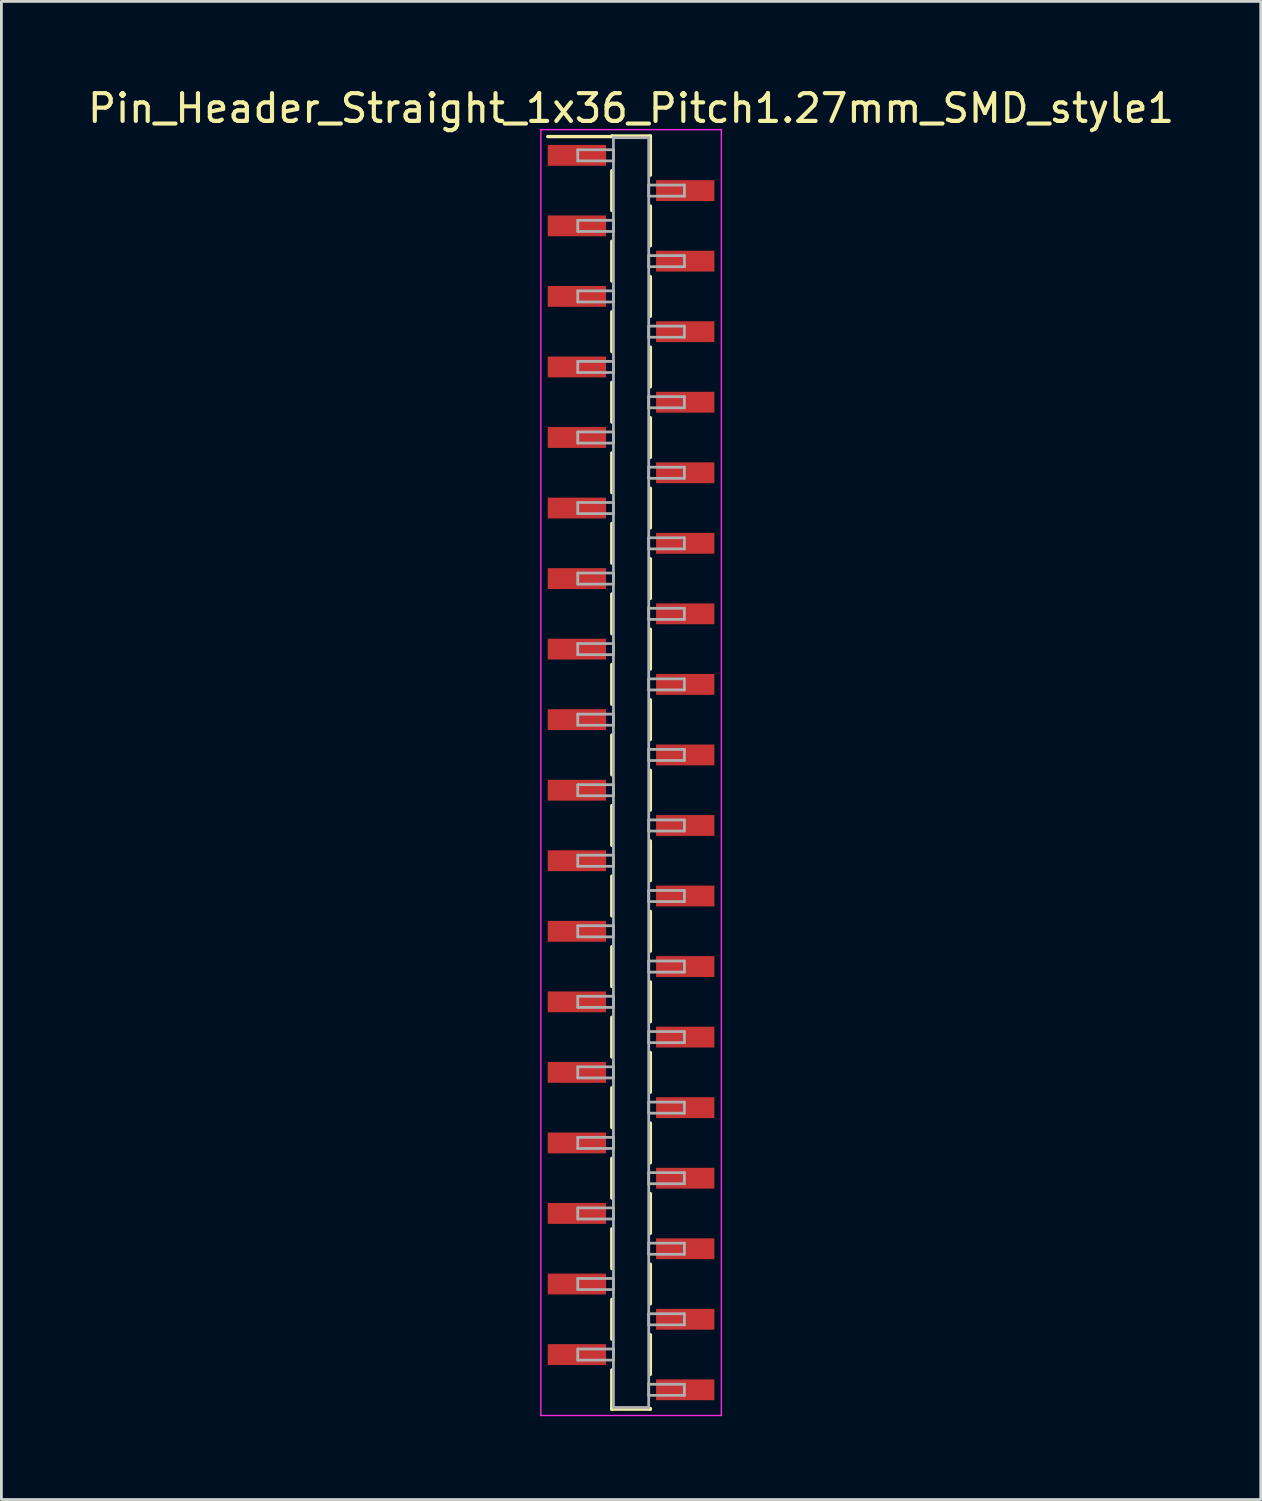
<source format=kicad_pcb>
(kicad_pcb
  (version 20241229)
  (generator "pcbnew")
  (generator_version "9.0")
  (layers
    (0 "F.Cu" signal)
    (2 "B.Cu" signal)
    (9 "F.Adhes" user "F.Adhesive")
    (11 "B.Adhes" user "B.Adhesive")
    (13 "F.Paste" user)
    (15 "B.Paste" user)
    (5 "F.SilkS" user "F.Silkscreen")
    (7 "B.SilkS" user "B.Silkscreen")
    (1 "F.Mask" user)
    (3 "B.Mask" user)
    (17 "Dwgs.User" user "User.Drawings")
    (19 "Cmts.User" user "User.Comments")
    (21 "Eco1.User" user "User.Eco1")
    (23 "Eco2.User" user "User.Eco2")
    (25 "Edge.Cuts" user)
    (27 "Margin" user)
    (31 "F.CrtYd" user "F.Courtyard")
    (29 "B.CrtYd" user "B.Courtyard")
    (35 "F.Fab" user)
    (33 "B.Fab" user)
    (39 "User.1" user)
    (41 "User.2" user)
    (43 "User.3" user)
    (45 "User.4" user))
  (footprint "Pin_Header_Straight_1x36_Pitch1.27mm_SMD_style1"
    (layer "F.Cu")
    (at 19.673 24.768)
    (property "Reference" "Pin_Header_Straight_1x36_Pitch1.27mm_SMD_style1" (at 0 -23.92 0) (layer "F.SilkS") (effects (font (size 1 1) (thickness 0.15))))
    (attr smd)
    (fp_line (start -0.695 -22.92) (end 0.695 -22.92) (stroke (width 0.12) (type solid)) (layer "F.SilkS"))
    (fp_line (start -0.695 -22.9) (end -3 -22.9) (stroke (width 0.12) (type solid)) (layer "F.SilkS"))
    (fp_line (start -0.695 -22.9) (end -0.695 -22.92) (stroke (width 0.12) (type solid)) (layer "F.SilkS"))
    (fp_line (start -0.695 -21.67) (end -0.695 -20.24) (stroke (width 0.12) (type solid)) (layer "F.SilkS"))
    (fp_line (start -0.695 -19.13) (end -0.695 -17.7) (stroke (width 0.12) (type solid)) (layer "F.SilkS"))
    (fp_line (start -0.695 -16.59) (end -0.695 -15.16) (stroke (width 0.12) (type solid)) (layer "F.SilkS"))
    (fp_line (start -0.695 -14.05) (end -0.695 -12.62) (stroke (width 0.12) (type solid)) (layer "F.SilkS"))
    (fp_line (start -0.695 -11.51) (end -0.695 -10.08) (stroke (width 0.12) (type solid)) (layer "F.SilkS"))
    (fp_line (start -0.695 -8.97) (end -0.695 -7.54) (stroke (width 0.12) (type solid)) (layer "F.SilkS"))
    (fp_line (start -0.695 -6.43) (end -0.695 -5) (stroke (width 0.12) (type solid)) (layer "F.SilkS"))
    (fp_line (start -0.695 -3.89) (end -0.695 -2.46) (stroke (width 0.12) (type solid)) (layer "F.SilkS"))
    (fp_line (start -0.695 -1.35) (end -0.695 0.08) (stroke (width 0.12) (type solid)) (layer "F.SilkS"))
    (fp_line (start -0.695 1.19) (end -0.695 2.62) (stroke (width 0.12) (type solid)) (layer "F.SilkS"))
    (fp_line (start -0.695 3.73) (end -0.695 5.16) (stroke (width 0.12) (type solid)) (layer "F.SilkS"))
    (fp_line (start -0.695 6.27) (end -0.695 7.7) (stroke (width 0.12) (type solid)) (layer "F.SilkS"))
    (fp_line (start -0.695 8.81) (end -0.695 10.24) (stroke (width 0.12) (type solid)) (layer "F.SilkS"))
    (fp_line (start -0.695 11.35) (end -0.695 12.78) (stroke (width 0.12) (type solid)) (layer "F.SilkS"))
    (fp_line (start -0.695 13.89) (end -0.695 15.32) (stroke (width 0.12) (type solid)) (layer "F.SilkS"))
    (fp_line (start -0.695 16.43) (end -0.695 17.86) (stroke (width 0.12) (type solid)) (layer "F.SilkS"))
    (fp_line (start -0.695 18.97) (end -0.695 20.4) (stroke (width 0.12) (type solid)) (layer "F.SilkS"))
    (fp_line (start -0.695 21.51) (end -0.695 22.92) (stroke (width 0.12) (type solid)) (layer "F.SilkS"))
    (fp_line (start -0.695 22.9) (end -0.695 22.92) (stroke (width 0.12) (type solid)) (layer "F.SilkS"))
    (fp_line (start -0.695 22.92) (end 0.695 22.92) (stroke (width 0.12) (type solid)) (layer "F.SilkS"))
    (fp_line (start 0.695 -22.92) (end 0.695 -22.9) (stroke (width 0.12) (type solid)) (layer "F.SilkS"))
    (fp_line (start 0.695 -22.92) (end 0.695 -21.51) (stroke (width 0.12) (type solid)) (layer "F.SilkS"))
    (fp_line (start 0.695 -20.4) (end 0.695 -18.97) (stroke (width 0.12) (type solid)) (layer "F.SilkS"))
    (fp_line (start 0.695 -17.86) (end 0.695 -16.43) (stroke (width 0.12) (type solid)) (layer "F.SilkS"))
    (fp_line (start 0.695 -15.32) (end 0.695 -13.89) (stroke (width 0.12) (type solid)) (layer "F.SilkS"))
    (fp_line (start 0.695 -12.78) (end 0.695 -11.35) (stroke (width 0.12) (type solid)) (layer "F.SilkS"))
    (fp_line (start 0.695 -10.24) (end 0.695 -8.81) (stroke (width 0.12) (type solid)) (layer "F.SilkS"))
    (fp_line (start 0.695 -7.7) (end 0.695 -6.27) (stroke (width 0.12) (type solid)) (layer "F.SilkS"))
    (fp_line (start 0.695 -5.16) (end 0.695 -3.73) (stroke (width 0.12) (type solid)) (layer "F.SilkS"))
    (fp_line (start 0.695 -2.62) (end 0.695 -1.19) (stroke (width 0.12) (type solid)) (layer "F.SilkS"))
    (fp_line (start 0.695 -0.08) (end 0.695 1.35) (stroke (width 0.12) (type solid)) (layer "F.SilkS"))
    (fp_line (start 0.695 2.46) (end 0.695 3.89) (stroke (width 0.12) (type solid)) (layer "F.SilkS"))
    (fp_line (start 0.695 5) (end 0.695 6.43) (stroke (width 0.12) (type solid)) (layer "F.SilkS"))
    (fp_line (start 0.695 7.54) (end 0.695 8.97) (stroke (width 0.12) (type solid)) (layer "F.SilkS"))
    (fp_line (start 0.695 10.08) (end 0.695 11.51) (stroke (width 0.12) (type solid)) (layer "F.SilkS"))
    (fp_line (start 0.695 12.62) (end 0.695 14.05) (stroke (width 0.12) (type solid)) (layer "F.SilkS"))
    (fp_line (start 0.695 15.16) (end 0.695 16.59) (stroke (width 0.12) (type solid)) (layer "F.SilkS"))
    (fp_line (start 0.695 17.7) (end 0.695 19.13) (stroke (width 0.12) (type solid)) (layer "F.SilkS"))
    (fp_line (start 0.695 20.24) (end 0.695 21.67) (stroke (width 0.12) (type solid)) (layer "F.SilkS"))
    (fp_line (start 0.695 22.92) (end 0.695 22.9) (stroke (width 0.12) (type solid)) (layer "F.SilkS"))
    (fp_line (start -3.25 -23.15) (end -3.25 23.15) (stroke (width 0.05) (type solid)) (layer "F.CrtYd"))
    (fp_line (start -3.25 23.15) (end 3.25 23.15) (stroke (width 0.05) (type solid)) (layer "F.CrtYd"))
    (fp_line (start 3.25 -23.15) (end -3.25 -23.15) (stroke (width 0.05) (type solid)) (layer "F.CrtYd"))
    (fp_line (start 3.25 23.15) (end 3.25 -23.15) (stroke (width 0.05) (type solid)) (layer "F.CrtYd"))
    (fp_line (start -1.92 -22.425) (end -0.635 -22.425) (stroke (width 0.1) (type solid)) (layer "F.Fab"))
    (fp_line (start -1.92 -22.025) (end -1.92 -22.425) (stroke (width 0.1) (type solid)) (layer "F.Fab"))
    (fp_line (start -1.92 -19.885) (end -0.635 -19.885) (stroke (width 0.1) (type solid)) (layer "F.Fab"))
    (fp_line (start -1.92 -19.485) (end -1.92 -19.885) (stroke (width 0.1) (type solid)) (layer "F.Fab"))
    (fp_line (start -1.92 -17.345) (end -0.635 -17.345) (stroke (width 0.1) (type solid)) (layer "F.Fab"))
    (fp_line (start -1.92 -16.945) (end -1.92 -17.345) (stroke (width 0.1) (type solid)) (layer "F.Fab"))
    (fp_line (start -1.92 -14.805) (end -0.635 -14.805) (stroke (width 0.1) (type solid)) (layer "F.Fab"))
    (fp_line (start -1.92 -14.405) (end -1.92 -14.805) (stroke (width 0.1) (type solid)) (layer "F.Fab"))
    (fp_line (start -1.92 -12.265) (end -0.635 -12.265) (stroke (width 0.1) (type solid)) (layer "F.Fab"))
    (fp_line (start -1.92 -11.865) (end -1.92 -12.265) (stroke (width 0.1) (type solid)) (layer "F.Fab"))
    (fp_line (start -1.92 -9.725) (end -0.635 -9.725) (stroke (width 0.1) (type solid)) (layer "F.Fab"))
    (fp_line (start -1.92 -9.325) (end -1.92 -9.725) (stroke (width 0.1) (type solid)) (layer "F.Fab"))
    (fp_line (start -1.92 -7.185) (end -0.635 -7.185) (stroke (width 0.1) (type solid)) (layer "F.Fab"))
    (fp_line (start -1.92 -6.785) (end -1.92 -7.185) (stroke (width 0.1) (type solid)) (layer "F.Fab"))
    (fp_line (start -1.92 -4.645) (end -0.635 -4.645) (stroke (width 0.1) (type solid)) (layer "F.Fab"))
    (fp_line (start -1.92 -4.245) (end -1.92 -4.645) (stroke (width 0.1) (type solid)) (layer "F.Fab"))
    (fp_line (start -1.92 -2.105) (end -0.635 -2.105) (stroke (width 0.1) (type solid)) (layer "F.Fab"))
    (fp_line (start -1.92 -1.705) (end -1.92 -2.105) (stroke (width 0.1) (type solid)) (layer "F.Fab"))
    (fp_line (start -1.92 0.435) (end -0.635 0.435) (stroke (width 0.1) (type solid)) (layer "F.Fab"))
    (fp_line (start -1.92 0.835) (end -1.92 0.435) (stroke (width 0.1) (type solid)) (layer "F.Fab"))
    (fp_line (start -1.92 2.975) (end -0.635 2.975) (stroke (width 0.1) (type solid)) (layer "F.Fab"))
    (fp_line (start -1.92 3.375) (end -1.92 2.975) (stroke (width 0.1) (type solid)) (layer "F.Fab"))
    (fp_line (start -1.92 5.515) (end -0.635 5.515) (stroke (width 0.1) (type solid)) (layer "F.Fab"))
    (fp_line (start -1.92 5.915) (end -1.92 5.515) (stroke (width 0.1) (type solid)) (layer "F.Fab"))
    (fp_line (start -1.92 8.055) (end -0.635 8.055) (stroke (width 0.1) (type solid)) (layer "F.Fab"))
    (fp_line (start -1.92 8.455) (end -1.92 8.055) (stroke (width 0.1) (type solid)) (layer "F.Fab"))
    (fp_line (start -1.92 10.595) (end -0.635 10.595) (stroke (width 0.1) (type solid)) (layer "F.Fab"))
    (fp_line (start -1.92 10.995) (end -1.92 10.595) (stroke (width 0.1) (type solid)) (layer "F.Fab"))
    (fp_line (start -1.92 13.135) (end -0.635 13.135) (stroke (width 0.1) (type solid)) (layer "F.Fab"))
    (fp_line (start -1.92 13.535) (end -1.92 13.135) (stroke (width 0.1) (type solid)) (layer "F.Fab"))
    (fp_line (start -1.92 15.675) (end -0.635 15.675) (stroke (width 0.1) (type solid)) (layer "F.Fab"))
    (fp_line (start -1.92 16.075) (end -1.92 15.675) (stroke (width 0.1) (type solid)) (layer "F.Fab"))
    (fp_line (start -1.92 18.215) (end -0.635 18.215) (stroke (width 0.1) (type solid)) (layer "F.Fab"))
    (fp_line (start -1.92 18.615) (end -1.92 18.215) (stroke (width 0.1) (type solid)) (layer "F.Fab"))
    (fp_line (start -1.92 20.755) (end -0.635 20.755) (stroke (width 0.1) (type solid)) (layer "F.Fab"))
    (fp_line (start -1.92 21.155) (end -1.92 20.755) (stroke (width 0.1) (type solid)) (layer "F.Fab"))
    (fp_line (start -0.635 -22.86) (end -0.635 22.86) (stroke (width 0.1) (type solid)) (layer "F.Fab"))
    (fp_line (start -0.635 -22.425) (end -0.635 -22.025) (stroke (width 0.1) (type solid)) (layer "F.Fab"))
    (fp_line (start -0.635 -22.025) (end -1.92 -22.025) (stroke (width 0.1) (type solid)) (layer "F.Fab"))
    (fp_line (start -0.635 -19.885) (end -0.635 -19.485) (stroke (width 0.1) (type solid)) (layer "F.Fab"))
    (fp_line (start -0.635 -19.485) (end -1.92 -19.485) (stroke (width 0.1) (type solid)) (layer "F.Fab"))
    (fp_line (start -0.635 -17.345) (end -0.635 -16.945) (stroke (width 0.1) (type solid)) (layer "F.Fab"))
    (fp_line (start -0.635 -16.945) (end -1.92 -16.945) (stroke (width 0.1) (type solid)) (layer "F.Fab"))
    (fp_line (start -0.635 -14.805) (end -0.635 -14.405) (stroke (width 0.1) (type solid)) (layer "F.Fab"))
    (fp_line (start -0.635 -14.405) (end -1.92 -14.405) (stroke (width 0.1) (type solid)) (layer "F.Fab"))
    (fp_line (start -0.635 -12.265) (end -0.635 -11.865) (stroke (width 0.1) (type solid)) (layer "F.Fab"))
    (fp_line (start -0.635 -11.865) (end -1.92 -11.865) (stroke (width 0.1) (type solid)) (layer "F.Fab"))
    (fp_line (start -0.635 -9.725) (end -0.635 -9.325) (stroke (width 0.1) (type solid)) (layer "F.Fab"))
    (fp_line (start -0.635 -9.325) (end -1.92 -9.325) (stroke (width 0.1) (type solid)) (layer "F.Fab"))
    (fp_line (start -0.635 -7.185) (end -0.635 -6.785) (stroke (width 0.1) (type solid)) (layer "F.Fab"))
    (fp_line (start -0.635 -6.785) (end -1.92 -6.785) (stroke (width 0.1) (type solid)) (layer "F.Fab"))
    (fp_line (start -0.635 -4.645) (end -0.635 -4.245) (stroke (width 0.1) (type solid)) (layer "F.Fab"))
    (fp_line (start -0.635 -4.245) (end -1.92 -4.245) (stroke (width 0.1) (type solid)) (layer "F.Fab"))
    (fp_line (start -0.635 -2.105) (end -0.635 -1.705) (stroke (width 0.1) (type solid)) (layer "F.Fab"))
    (fp_line (start -0.635 -1.705) (end -1.92 -1.705) (stroke (width 0.1) (type solid)) (layer "F.Fab"))
    (fp_line (start -0.635 0.435) (end -0.635 0.835) (stroke (width 0.1) (type solid)) (layer "F.Fab"))
    (fp_line (start -0.635 0.835) (end -1.92 0.835) (stroke (width 0.1) (type solid)) (layer "F.Fab"))
    (fp_line (start -0.635 2.975) (end -0.635 3.375) (stroke (width 0.1) (type solid)) (layer "F.Fab"))
    (fp_line (start -0.635 3.375) (end -1.92 3.375) (stroke (width 0.1) (type solid)) (layer "F.Fab"))
    (fp_line (start -0.635 5.515) (end -0.635 5.915) (stroke (width 0.1) (type solid)) (layer "F.Fab"))
    (fp_line (start -0.635 5.915) (end -1.92 5.915) (stroke (width 0.1) (type solid)) (layer "F.Fab"))
    (fp_line (start -0.635 8.055) (end -0.635 8.455) (stroke (width 0.1) (type solid)) (layer "F.Fab"))
    (fp_line (start -0.635 8.455) (end -1.92 8.455) (stroke (width 0.1) (type solid)) (layer "F.Fab"))
    (fp_line (start -0.635 10.595) (end -0.635 10.995) (stroke (width 0.1) (type solid)) (layer "F.Fab"))
    (fp_line (start -0.635 10.995) (end -1.92 10.995) (stroke (width 0.1) (type solid)) (layer "F.Fab"))
    (fp_line (start -0.635 13.135) (end -0.635 13.535) (stroke (width 0.1) (type solid)) (layer "F.Fab"))
    (fp_line (start -0.635 13.535) (end -1.92 13.535) (stroke (width 0.1) (type solid)) (layer "F.Fab"))
    (fp_line (start -0.635 15.675) (end -0.635 16.075) (stroke (width 0.1) (type solid)) (layer "F.Fab"))
    (fp_line (start -0.635 16.075) (end -1.92 16.075) (stroke (width 0.1) (type solid)) (layer "F.Fab"))
    (fp_line (start -0.635 18.215) (end -0.635 18.615) (stroke (width 0.1) (type solid)) (layer "F.Fab"))
    (fp_line (start -0.635 18.615) (end -1.92 18.615) (stroke (width 0.1) (type solid)) (layer "F.Fab"))
    (fp_line (start -0.635 20.755) (end -0.635 21.155) (stroke (width 0.1) (type solid)) (layer "F.Fab"))
    (fp_line (start -0.635 21.155) (end -1.92 21.155) (stroke (width 0.1) (type solid)) (layer "F.Fab"))
    (fp_line (start -0.635 22.86) (end 0.635 22.86) (stroke (width 0.1) (type solid)) (layer "F.Fab"))
    (fp_line (start 0.635 -22.86) (end -0.635 -22.86) (stroke (width 0.1) (type solid)) (layer "F.Fab"))
    (fp_line (start 0.635 -21.155) (end 0.635 -20.755) (stroke (width 0.1) (type solid)) (layer "F.Fab"))
    (fp_line (start 0.635 -20.755) (end 1.92 -20.755) (stroke (width 0.1) (type solid)) (layer "F.Fab"))
    (fp_line (start 0.635 -18.615) (end 0.635 -18.215) (stroke (width 0.1) (type solid)) (layer "F.Fab"))
    (fp_line (start 0.635 -18.215) (end 1.92 -18.215) (stroke (width 0.1) (type solid)) (layer "F.Fab"))
    (fp_line (start 0.635 -16.075) (end 0.635 -15.675) (stroke (width 0.1) (type solid)) (layer "F.Fab"))
    (fp_line (start 0.635 -15.675) (end 1.92 -15.675) (stroke (width 0.1) (type solid)) (layer "F.Fab"))
    (fp_line (start 0.635 -13.535) (end 0.635 -13.135) (stroke (width 0.1) (type solid)) (layer "F.Fab"))
    (fp_line (start 0.635 -13.135) (end 1.92 -13.135) (stroke (width 0.1) (type solid)) (layer "F.Fab"))
    (fp_line (start 0.635 -10.995) (end 0.635 -10.595) (stroke (width 0.1) (type solid)) (layer "F.Fab"))
    (fp_line (start 0.635 -10.595) (end 1.92 -10.595) (stroke (width 0.1) (type solid)) (layer "F.Fab"))
    (fp_line (start 0.635 -8.455) (end 0.635 -8.055) (stroke (width 0.1) (type solid)) (layer "F.Fab"))
    (fp_line (start 0.635 -8.055) (end 1.92 -8.055) (stroke (width 0.1) (type solid)) (layer "F.Fab"))
    (fp_line (start 0.635 -5.915) (end 0.635 -5.515) (stroke (width 0.1) (type solid)) (layer "F.Fab"))
    (fp_line (start 0.635 -5.515) (end 1.92 -5.515) (stroke (width 0.1) (type solid)) (layer "F.Fab"))
    (fp_line (start 0.635 -3.375) (end 0.635 -2.975) (stroke (width 0.1) (type solid)) (layer "F.Fab"))
    (fp_line (start 0.635 -2.975) (end 1.92 -2.975) (stroke (width 0.1) (type solid)) (layer "F.Fab"))
    (fp_line (start 0.635 -0.835) (end 0.635 -0.435) (stroke (width 0.1) (type solid)) (layer "F.Fab"))
    (fp_line (start 0.635 -0.435) (end 1.92 -0.435) (stroke (width 0.1) (type solid)) (layer "F.Fab"))
    (fp_line (start 0.635 1.705) (end 0.635 2.105) (stroke (width 0.1) (type solid)) (layer "F.Fab"))
    (fp_line (start 0.635 2.105) (end 1.92 2.105) (stroke (width 0.1) (type solid)) (layer "F.Fab"))
    (fp_line (start 0.635 4.245) (end 0.635 4.645) (stroke (width 0.1) (type solid)) (layer "F.Fab"))
    (fp_line (start 0.635 4.645) (end 1.92 4.645) (stroke (width 0.1) (type solid)) (layer "F.Fab"))
    (fp_line (start 0.635 6.785) (end 0.635 7.185) (stroke (width 0.1) (type solid)) (layer "F.Fab"))
    (fp_line (start 0.635 7.185) (end 1.92 7.185) (stroke (width 0.1) (type solid)) (layer "F.Fab"))
    (fp_line (start 0.635 9.325) (end 0.635 9.725) (stroke (width 0.1) (type solid)) (layer "F.Fab"))
    (fp_line (start 0.635 9.725) (end 1.92 9.725) (stroke (width 0.1) (type solid)) (layer "F.Fab"))
    (fp_line (start 0.635 11.865) (end 0.635 12.265) (stroke (width 0.1) (type solid)) (layer "F.Fab"))
    (fp_line (start 0.635 12.265) (end 1.92 12.265) (stroke (width 0.1) (type solid)) (layer "F.Fab"))
    (fp_line (start 0.635 14.405) (end 0.635 14.805) (stroke (width 0.1) (type solid)) (layer "F.Fab"))
    (fp_line (start 0.635 14.805) (end 1.92 14.805) (stroke (width 0.1) (type solid)) (layer "F.Fab"))
    (fp_line (start 0.635 16.945) (end 0.635 17.345) (stroke (width 0.1) (type solid)) (layer "F.Fab"))
    (fp_line (start 0.635 17.345) (end 1.92 17.345) (stroke (width 0.1) (type solid)) (layer "F.Fab"))
    (fp_line (start 0.635 19.485) (end 0.635 19.885) (stroke (width 0.1) (type solid)) (layer "F.Fab"))
    (fp_line (start 0.635 19.885) (end 1.92 19.885) (stroke (width 0.1) (type solid)) (layer "F.Fab"))
    (fp_line (start 0.635 22.025) (end 0.635 22.425) (stroke (width 0.1) (type solid)) (layer "F.Fab"))
    (fp_line (start 0.635 22.425) (end 1.92 22.425) (stroke (width 0.1) (type solid)) (layer "F.Fab"))
    (fp_line (start 0.635 22.86) (end 0.635 -22.86) (stroke (width 0.1) (type solid)) (layer "F.Fab"))
    (fp_line (start 1.92 -21.155) (end 0.635 -21.155) (stroke (width 0.1) (type solid)) (layer "F.Fab"))
    (fp_line (start 1.92 -20.755) (end 1.92 -21.155) (stroke (width 0.1) (type solid)) (layer "F.Fab"))
    (fp_line (start 1.92 -18.615) (end 0.635 -18.615) (stroke (width 0.1) (type solid)) (layer "F.Fab"))
    (fp_line (start 1.92 -18.215) (end 1.92 -18.615) (stroke (width 0.1) (type solid)) (layer "F.Fab"))
    (fp_line (start 1.92 -16.075) (end 0.635 -16.075) (stroke (width 0.1) (type solid)) (layer "F.Fab"))
    (fp_line (start 1.92 -15.675) (end 1.92 -16.075) (stroke (width 0.1) (type solid)) (layer "F.Fab"))
    (fp_line (start 1.92 -13.535) (end 0.635 -13.535) (stroke (width 0.1) (type solid)) (layer "F.Fab"))
    (fp_line (start 1.92 -13.135) (end 1.92 -13.535) (stroke (width 0.1) (type solid)) (layer "F.Fab"))
    (fp_line (start 1.92 -10.995) (end 0.635 -10.995) (stroke (width 0.1) (type solid)) (layer "F.Fab"))
    (fp_line (start 1.92 -10.595) (end 1.92 -10.995) (stroke (width 0.1) (type solid)) (layer "F.Fab"))
    (fp_line (start 1.92 -8.455) (end 0.635 -8.455) (stroke (width 0.1) (type solid)) (layer "F.Fab"))
    (fp_line (start 1.92 -8.055) (end 1.92 -8.455) (stroke (width 0.1) (type solid)) (layer "F.Fab"))
    (fp_line (start 1.92 -5.915) (end 0.635 -5.915) (stroke (width 0.1) (type solid)) (layer "F.Fab"))
    (fp_line (start 1.92 -5.515) (end 1.92 -5.915) (stroke (width 0.1) (type solid)) (layer "F.Fab"))
    (fp_line (start 1.92 -3.375) (end 0.635 -3.375) (stroke (width 0.1) (type solid)) (layer "F.Fab"))
    (fp_line (start 1.92 -2.975) (end 1.92 -3.375) (stroke (width 0.1) (type solid)) (layer "F.Fab"))
    (fp_line (start 1.92 -0.835) (end 0.635 -0.835) (stroke (width 0.1) (type solid)) (layer "F.Fab"))
    (fp_line (start 1.92 -0.435) (end 1.92 -0.835) (stroke (width 0.1) (type solid)) (layer "F.Fab"))
    (fp_line (start 1.92 1.705) (end 0.635 1.705) (stroke (width 0.1) (type solid)) (layer "F.Fab"))
    (fp_line (start 1.92 2.105) (end 1.92 1.705) (stroke (width 0.1) (type solid)) (layer "F.Fab"))
    (fp_line (start 1.92 4.245) (end 0.635 4.245) (stroke (width 0.1) (type solid)) (layer "F.Fab"))
    (fp_line (start 1.92 4.645) (end 1.92 4.245) (stroke (width 0.1) (type solid)) (layer "F.Fab"))
    (fp_line (start 1.92 6.785) (end 0.635 6.785) (stroke (width 0.1) (type solid)) (layer "F.Fab"))
    (fp_line (start 1.92 7.185) (end 1.92 6.785) (stroke (width 0.1) (type solid)) (layer "F.Fab"))
    (fp_line (start 1.92 9.325) (end 0.635 9.325) (stroke (width 0.1) (type solid)) (layer "F.Fab"))
    (fp_line (start 1.92 9.725) (end 1.92 9.325) (stroke (width 0.1) (type solid)) (layer "F.Fab"))
    (fp_line (start 1.92 11.865) (end 0.635 11.865) (stroke (width 0.1) (type solid)) (layer "F.Fab"))
    (fp_line (start 1.92 12.265) (end 1.92 11.865) (stroke (width 0.1) (type solid)) (layer "F.Fab"))
    (fp_line (start 1.92 14.405) (end 0.635 14.405) (stroke (width 0.1) (type solid)) (layer "F.Fab"))
    (fp_line (start 1.92 14.805) (end 1.92 14.405) (stroke (width 0.1) (type solid)) (layer "F.Fab"))
    (fp_line (start 1.92 16.945) (end 0.635 16.945) (stroke (width 0.1) (type solid)) (layer "F.Fab"))
    (fp_line (start 1.92 17.345) (end 1.92 16.945) (stroke (width 0.1) (type solid)) (layer "F.Fab"))
    (fp_line (start 1.92 19.485) (end 0.635 19.485) (stroke (width 0.1) (type solid)) (layer "F.Fab"))
    (fp_line (start 1.92 19.885) (end 1.92 19.485) (stroke (width 0.1) (type solid)) (layer "F.Fab"))
    (fp_line (start 1.92 22.025) (end 0.635 22.025) (stroke (width 0.1) (type solid)) (layer "F.Fab"))
    (fp_line (start 1.92 22.425) (end 1.92 22.025) (stroke (width 0.1) (type solid)) (layer "F.Fab"))
    (pad "1" smd rect (at -1.95 -22.225) (size 2.1 0.75) (layers "F.Cu" "F.Mask"))
    (pad "2" smd rect (at 1.95 -20.955) (size 2.1 0.75) (layers "F.Cu" "F.Mask"))
    (pad "3" smd rect (at -1.95 -19.685) (size 2.1 0.75) (layers "F.Cu" "F.Mask"))
    (pad "4" smd rect (at 1.95 -18.415) (size 2.1 0.75) (layers "F.Cu" "F.Mask"))
    (pad "5" smd rect (at -1.95 -17.145) (size 2.1 0.75) (layers "F.Cu" "F.Mask"))
    (pad "6" smd rect (at 1.95 -15.875) (size 2.1 0.75) (layers "F.Cu" "F.Mask"))
    (pad "7" smd rect (at -1.95 -14.605) (size 2.1 0.75) (layers "F.Cu" "F.Mask"))
    (pad "8" smd rect (at 1.95 -13.335) (size 2.1 0.75) (layers "F.Cu" "F.Mask"))
    (pad "9" smd rect (at -1.95 -12.065) (size 2.1 0.75) (layers "F.Cu" "F.Mask"))
    (pad "10" smd rect (at 1.95 -10.795) (size 2.1 0.75) (layers "F.Cu" "F.Mask"))
    (pad "11" smd rect (at -1.95 -9.525) (size 2.1 0.75) (layers "F.Cu" "F.Mask"))
    (pad "12" smd rect (at 1.95 -8.255) (size 2.1 0.75) (layers "F.Cu" "F.Mask"))
    (pad "13" smd rect (at -1.95 -6.985) (size 2.1 0.75) (layers "F.Cu" "F.Mask"))
    (pad "14" smd rect (at 1.95 -5.715) (size 2.1 0.75) (layers "F.Cu" "F.Mask"))
    (pad "15" smd rect (at -1.95 -4.445) (size 2.1 0.75) (layers "F.Cu" "F.Mask"))
    (pad "16" smd rect (at 1.95 -3.175) (size 2.1 0.75) (layers "F.Cu" "F.Mask"))
    (pad "17" smd rect (at -1.95 -1.905) (size 2.1 0.75) (layers "F.Cu" "F.Mask"))
    (pad "18" smd rect (at 1.95 -0.635) (size 2.1 0.75) (layers "F.Cu" "F.Mask"))
    (pad "19" smd rect (at -1.95 0.635) (size 2.1 0.75) (layers "F.Cu" "F.Mask"))
    (pad "20" smd rect (at 1.95 1.905) (size 2.1 0.75) (layers "F.Cu" "F.Mask"))
    (pad "21" smd rect (at -1.95 3.175) (size 2.1 0.75) (layers "F.Cu" "F.Mask"))
    (pad "22" smd rect (at 1.95 4.445) (size 2.1 0.75) (layers "F.Cu" "F.Mask"))
    (pad "23" smd rect (at -1.95 5.715) (size 2.1 0.75) (layers "F.Cu" "F.Mask"))
    (pad "24" smd rect (at 1.95 6.985) (size 2.1 0.75) (layers "F.Cu" "F.Mask"))
    (pad "25" smd rect (at -1.95 8.255) (size 2.1 0.75) (layers "F.Cu" "F.Mask"))
    (pad "26" smd rect (at 1.95 9.525) (size 2.1 0.75) (layers "F.Cu" "F.Mask"))
    (pad "27" smd rect (at -1.95 10.795) (size 2.1 0.75) (layers "F.Cu" "F.Mask"))
    (pad "28" smd rect (at 1.95 12.065) (size 2.1 0.75) (layers "F.Cu" "F.Mask"))
    (pad "29" smd rect (at -1.95 13.335) (size 2.1 0.75) (layers "F.Cu" "F.Mask"))
    (pad "30" smd rect (at 1.95 14.605) (size 2.1 0.75) (layers "F.Cu" "F.Mask"))
    (pad "31" smd rect (at -1.95 15.875) (size 2.1 0.75) (layers "F.Cu" "F.Mask"))
    (pad "32" smd rect (at 1.95 17.145) (size 2.1 0.75) (layers "F.Cu" "F.Mask"))
    (pad "33" smd rect (at -1.95 18.415) (size 2.1 0.75) (layers "F.Cu" "F.Mask"))
    (pad "34" smd rect (at 1.95 19.685) (size 2.1 0.75) (layers "F.Cu" "F.Mask"))
    (pad "35" smd rect (at -1.95 20.955) (size 2.1 0.75) (layers "F.Cu" "F.Mask"))
    (pad "36" smd rect (at 1.95 22.225) (size 2.1 0.75) (layers "F.Cu" "F.Mask")))
  (gr_rect
    (start -3 -3)
    (end 42.345 50.943)
    (stroke (width 0.1) (type default))
    (fill no)
    (layer "Edge.Cuts")))
</source>
